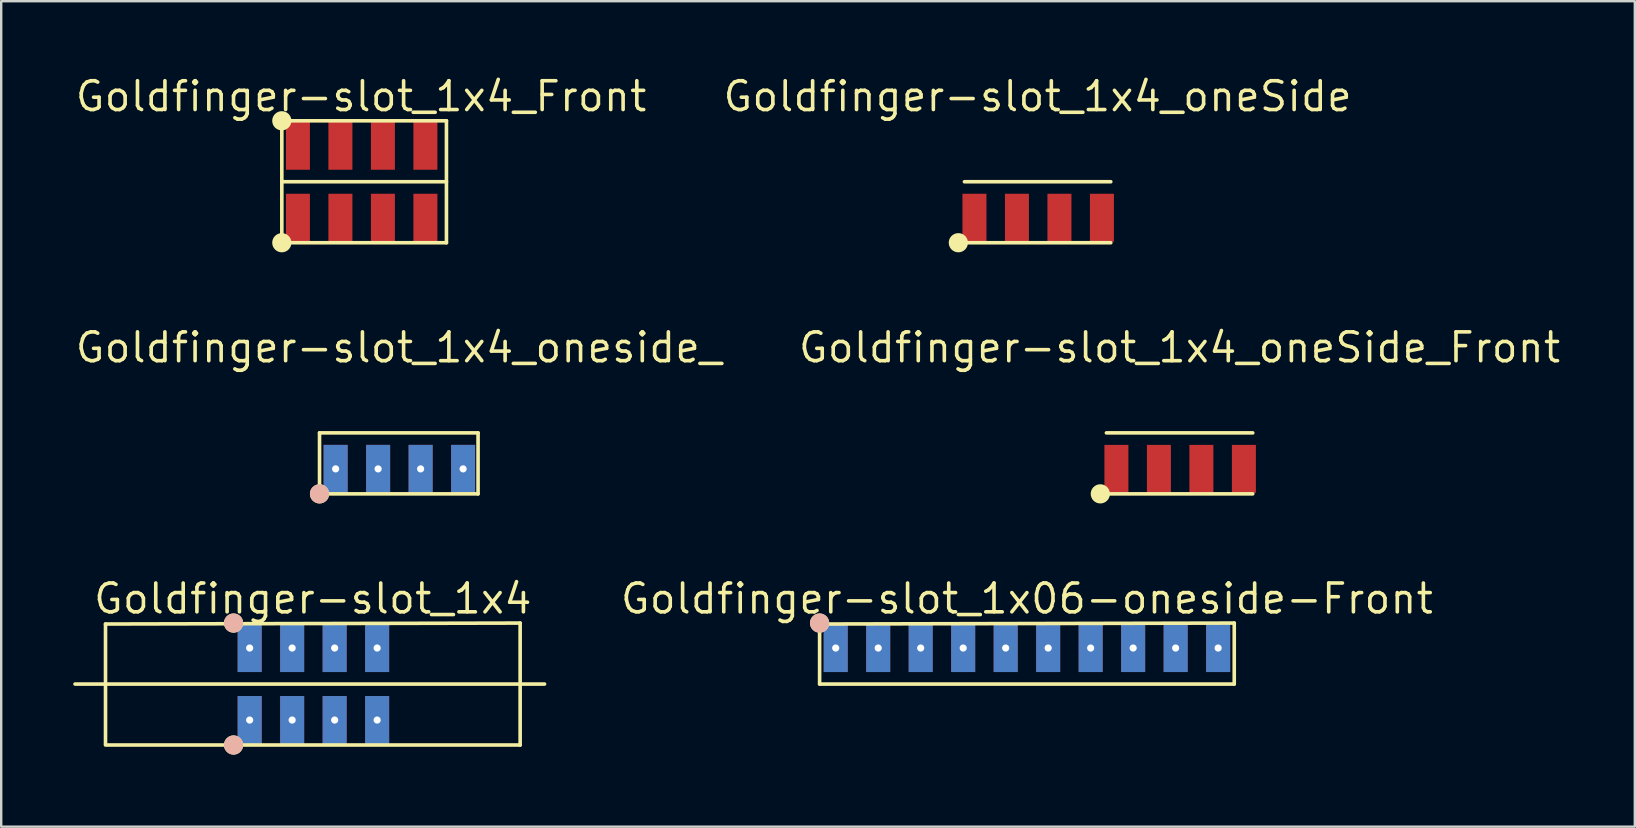
<source format=kicad_pcb>
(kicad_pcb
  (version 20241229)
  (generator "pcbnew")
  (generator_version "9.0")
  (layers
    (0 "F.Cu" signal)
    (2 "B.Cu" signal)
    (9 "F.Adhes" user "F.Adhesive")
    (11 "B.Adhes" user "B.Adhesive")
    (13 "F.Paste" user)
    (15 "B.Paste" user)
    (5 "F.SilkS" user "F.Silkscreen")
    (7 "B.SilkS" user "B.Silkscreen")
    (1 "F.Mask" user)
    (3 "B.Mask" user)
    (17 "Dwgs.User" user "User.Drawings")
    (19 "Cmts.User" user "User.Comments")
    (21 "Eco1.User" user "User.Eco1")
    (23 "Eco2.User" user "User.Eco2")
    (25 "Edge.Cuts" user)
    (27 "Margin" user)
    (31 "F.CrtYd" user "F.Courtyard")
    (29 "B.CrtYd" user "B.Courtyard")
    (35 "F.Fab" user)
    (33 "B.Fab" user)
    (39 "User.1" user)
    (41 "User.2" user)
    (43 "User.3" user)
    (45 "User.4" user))
  (footprint "Goldfinger-slot_1x06-oneside-Front"
    (layer "F.Cu")
    (at 39.727 25.444)
    (property "Reference" "Goldfinger-slot_1x06-oneside-Front" (at 0 -3.556 0) (layer "F.SilkS") (effects (font (size 1.2 1.2) (thickness 0.15))))
    (attr through_hole)
    (fp_line (start -8.636 0) (end -8.636 -2.5) (stroke (width 0.15) (type solid)) (layer "F.SilkS"))
    (fp_line (start 8.636 -2.54) (end -8.636 -2.5) (stroke (width 0.15) (type solid)) (layer "F.SilkS"))
    (fp_line (start 8.636 0) (end -8.636 0) (stroke (width 0.15) (type solid)) (layer "F.SilkS"))
    (fp_line (start 8.636 0) (end 8.636 -2.54) (stroke (width 0.15) (type solid)) (layer "F.SilkS"))
    (pad "" smd circle (at -8.636 -2.54) (size 0.8 0.8) (layers "*.SilkS"))
    (pad "1" thru_hole circle (at -7.965 -1.5) (size 0.6 0.6) (drill 0.3) (layers "*.Cu"))
    (pad "1" connect rect (at -7.965 -1.5) (size 1 2) (layers "F.Cu" "F.Mask"))
    (pad "1" smd rect (at -7.965 -1.5) (size 1 2) (layers "B.Cu" "B.Mask" "B.Paste"))
    (pad "2" thru_hole circle (at -6.195 -1.5) (size 0.6 0.6) (drill 0.3) (layers "*.Cu"))
    (pad "2" connect rect (at -6.195 -1.5) (size 1 2) (layers "F.Cu" "F.Mask"))
    (pad "2" smd rect (at -6.195 -1.5) (size 1 2) (layers "B.Cu" "B.Mask" "B.Paste"))
    (pad "3" thru_hole circle (at -4.425 -1.5) (size 0.6 0.6) (drill 0.3) (layers "*.Cu"))
    (pad "3" connect rect (at -4.425 -1.5) (size 1 2) (layers "F.Cu" "F.Mask"))
    (pad "3" smd rect (at -4.425 -1.5) (size 1 2) (layers "B.Cu" "B.Mask" "B.Paste"))
    (pad "4" thru_hole circle (at -2.655 -1.5) (size 0.6 0.6) (drill 0.3) (layers "*.Cu"))
    (pad "4" connect rect (at -2.655 -1.5) (size 1 2) (layers "F.Cu" "F.Mask"))
    (pad "4" smd rect (at -2.655 -1.5) (size 1 2) (layers "B.Cu" "B.Mask" "B.Paste"))
    (pad "5" thru_hole circle (at -0.885 -1.5) (size 0.6 0.6) (drill 0.3) (layers "*.Cu"))
    (pad "5" connect rect (at -0.885 -1.5) (size 1 2) (layers "F.Cu" "F.Mask"))
    (pad "5" smd rect (at -0.885 -1.5) (size 1 2) (layers "B.Cu" "B.Mask" "B.Paste"))
    (pad "6" thru_hole circle (at 0.885 -1.5) (size 0.6 0.6) (drill 0.3) (layers "*.Cu"))
    (pad "6" connect rect (at 0.885 -1.5) (size 1 2) (layers "F.Cu" "F.Mask"))
    (pad "6" smd rect (at 0.885 -1.5) (size 1 2) (layers "B.Cu" "B.Mask" "B.Paste"))
    (pad "7" thru_hole circle (at 2.655 -1.5) (size 0.6 0.6) (drill 0.3) (layers "*.Cu"))
    (pad "7" connect rect (at 2.655 -1.5) (size 1 2) (layers "F.Cu" "F.Mask"))
    (pad "7" smd rect (at 2.655 -1.5) (size 1 2) (layers "B.Cu" "B.Mask" "B.Paste"))
    (pad "8" thru_hole circle (at 4.425 -1.5) (size 0.6 0.6) (drill 0.3) (layers "*.Cu"))
    (pad "8" connect rect (at 4.425 -1.5) (size 1 2) (layers "F.Cu" "F.Mask"))
    (pad "8" smd rect (at 4.425 -1.5) (size 1 2) (layers "B.Cu" "B.Mask" "B.Paste"))
    (pad "9" thru_hole circle (at 6.195 -1.5) (size 0.6 0.6) (drill 0.3) (layers "*.Cu"))
    (pad "9" connect rect (at 6.195 -1.5) (size 1 2) (layers "F.Cu" "F.Mask"))
    (pad "9" smd rect (at 6.195 -1.5) (size 1 2) (layers "B.Cu" "B.Mask" "B.Paste"))
    (pad "10" thru_hole circle (at 7.965 -1.5) (size 0.6 0.6) (drill 0.3) (layers "*.Cu"))
    (pad "10" connect rect (at 7.965 -1.5) (size 1 2) (layers "F.Cu" "F.Mask"))
    (pad "10" smd rect (at 7.965 -1.5) (size 1 2) (layers "B.Cu" "B.Mask" "B.Paste")))
  (footprint "Goldfinger-slot_1x4_oneSide"
    (layer "F.Cu")
    (at 40.172 4.521)
    (property "Reference" "Goldfinger-slot_1x4_oneSide" (at 0 -3.556 180) (layer "F.SilkS") (effects (font (size 1.2 1.2) (thickness 0.15))))
    (attr through_hole)
    (fp_line (start -3.048 2.54) (end 3.048 2.54) (stroke (width 0.15) (type solid)) (layer "F.SilkS"))
    (fp_line (start 3.048 0) (end -3.048 0) (stroke (width 0.15) (type solid)) (layer "F.SilkS"))
    (pad "" smd circle (at -3.302 2.54) (size 0.8 0.8) (layers "F.SilkS"))
    (pad "1" smd rect (at -2.631 1.5) (size 1 2) (layers "F.Cu" "F.Mask"))
    (pad "2" smd rect (at -0.861 1.5) (size 1 2) (layers "F.Cu" "F.Mask"))
    (pad "3" smd rect (at 0.909 1.5) (size 1 2) (layers "F.Cu" "F.Mask"))
    (pad "4" smd rect (at 2.679 1.5) (size 1 2) (layers "F.Cu" "F.Mask")))
  (footprint "Goldfinger-slot_1x4_oneside_"
    (layer "F.Cu")
    (at 13.562 14.982)
    (property "Reference" "Goldfinger-slot_1x4_oneside_" (at 0 -3.556 0) (layer "F.SilkS") (effects (font (size 1.2 1.2) (thickness 0.15))))
    (attr through_hole)
    (fp_line (start -3.302 2.5) (end -3.302 0) (stroke (width 0.15) (type solid)) (layer "F.SilkS"))
    (fp_line (start -3.302 2.54) (end 3.302 2.54) (stroke (width 0.15) (type solid)) (layer "F.SilkS"))
    (fp_line (start 3.302 0) (end -3.302 0) (stroke (width 0.15) (type solid)) (layer "F.SilkS"))
    (fp_line (start 3.302 2.54) (end 3.302 0) (stroke (width 0.15) (type solid)) (layer "F.SilkS"))
    (pad "" smd circle (at -3.302 2.54) (size 0.8 0.8) (layers "*.SilkS"))
    (pad "1" thru_hole circle (at -2.631 1.5) (size 0.6 0.6) (drill 0.3) (layers "*.Cu"))
    (pad "1" smd rect (at -2.631 1.5) (size 1 2) (layers "F.Cu" "F.Mask"))
    (pad "1" smd rect (at -2.631 1.5) (size 1 2) (layers "B.Cu" "B.Mask"))
    (pad "2" thru_hole circle (at -0.861 1.5) (size 0.6 0.6) (drill 0.3) (layers "*.Cu"))
    (pad "2" smd rect (at -0.861 1.5) (size 1 2) (layers "F.Cu" "F.Mask"))
    (pad "2" smd rect (at -0.861 1.5) (size 1 2) (layers "B.Cu" "B.Mask"))
    (pad "3" thru_hole circle (at 0.909 1.5) (size 0.6 0.6) (drill 0.3) (layers "*.Cu"))
    (pad "3" smd rect (at 0.909 1.5) (size 1 2) (layers "F.Cu" "F.Mask"))
    (pad "3" smd rect (at 0.909 1.5) (size 1 2) (layers "B.Cu" "B.Mask"))
    (pad "4" thru_hole circle (at 2.679 1.5) (size 0.6 0.6) (drill 0.3) (layers "*.Cu"))
    (pad "4" smd rect (at 2.679 1.5) (size 1 2) (layers "F.Cu" "F.Mask"))
    (pad "4" smd rect (at 2.679 1.5) (size 1 2) (layers "B.Cu" "B.Mask")))
  (footprint "Goldfinger-slot_1x4_oneSide_Front"
    (layer "F.Cu")
    (at 46.086 14.982)
    (property "Reference" "Goldfinger-slot_1x4_oneSide_Front" (at 0 -3.556 180) (layer "F.SilkS") (effects (font (size 1.2 1.2) (thickness 0.15))))
    (attr through_hole)
    (fp_line (start -3.048 2.54) (end 3.048 2.54) (stroke (width 0.15) (type solid)) (layer "F.SilkS"))
    (fp_line (start 3.048 0) (end -3.048 0) (stroke (width 0.15) (type solid)) (layer "F.SilkS"))
    (pad "" smd circle (at -3.302 2.54) (size 0.8 0.8) (layers "F.SilkS"))
    (pad "1" smd rect (at -2.631 1.5) (size 1 2) (layers "F.Cu" "F.Mask"))
    (pad "2" smd rect (at -0.861 1.5) (size 1 2) (layers "F.Cu" "F.Mask"))
    (pad "3" smd rect (at 0.909 1.5) (size 1 2) (layers "F.Cu" "F.Mask"))
    (pad "4" smd rect (at 2.679 1.5) (size 1 2) (layers "F.Cu" "F.Mask")))
  (footprint "Goldfinger-slot_1x4"
    (layer "F.Cu")
    (at 9.981 25.444)
    (property "Reference" "Goldfinger-slot_1x4" (at 0 -3.556 180) (layer "F.SilkS") (effects (font (size 1.2 1.2) (thickness 0.15))))
    (attr through_hole)
    (fp_line (start -8.636 2.5) (end -8.636 -2.5) (stroke (width 0.15) (type solid)) (layer "F.SilkS"))
    (fp_line (start -8.636 2.54) (end 8.636 2.54) (stroke (width 0.15) (type solid)) (layer "F.SilkS"))
    (fp_line (start 8.636 -2.54) (end -8.636 -2.5) (stroke (width 0.15) (type solid)) (layer "F.SilkS"))
    (fp_line (start 8.636 2.54) (end 8.636 -2.54) (stroke (width 0.15) (type solid)) (layer "F.SilkS"))
    (fp_line (start 9.652 0) (end -9.906 0) (stroke (width 0.15) (type solid)) (layer "F.SilkS"))
    (pad "" smd circle (at -3.302 -2.54) (size 0.8 0.8) (layers "*.SilkS"))
    (pad "" smd circle (at -3.302 2.54) (size 0.8 0.8) (layers "*.SilkS"))
    (pad "1" thru_hole circle (at -2.631 -1.5) (size 0.6 0.6) (drill 0.3) (layers "*.Cu"))
    (pad "1" connect rect (at -2.631 -1.5) (size 1 2) (layers "F.Cu" "F.Mask"))
    (pad "1" smd rect (at -2.631 -1.5) (size 1 2) (layers "B.Cu" "B.Mask" "B.Paste"))
    (pad "1" thru_hole circle (at -2.631 1.5) (size 0.6 0.6) (drill 0.3) (layers "*.Cu"))
    (pad "1" smd rect (at -2.631 1.5) (size 1 2) (layers "F.Cu" "F.Mask"))
    (pad "1" smd rect (at -2.631 1.5) (size 1 2) (layers "B.Cu" "B.Mask" "B.Paste"))
    (pad "2" thru_hole circle (at -0.861 -1.5) (size 0.6 0.6) (drill 0.3) (layers "*.Cu"))
    (pad "2" connect rect (at -0.861 -1.5) (size 1 2) (layers "F.Cu" "F.Mask"))
    (pad "2" smd rect (at -0.861 -1.5) (size 1 2) (layers "B.Cu" "B.Mask" "B.Paste"))
    (pad "2" thru_hole circle (at -0.861 1.5) (size 0.6 0.6) (drill 0.3) (layers "*.Cu"))
    (pad "2" smd rect (at -0.861 1.5) (size 1 2) (layers "F.Cu" "F.Mask"))
    (pad "2" smd rect (at -0.861 1.5) (size 1 2) (layers "B.Cu" "B.Mask" "B.Paste"))
    (pad "3" thru_hole circle (at 0.909 -1.5) (size 0.6 0.6) (drill 0.3) (layers "*.Cu"))
    (pad "3" connect rect (at 0.909 -1.5) (size 1 2) (layers "F.Cu" "F.Mask"))
    (pad "3" smd rect (at 0.909 -1.5) (size 1 2) (layers "B.Cu" "B.Mask" "B.Paste"))
    (pad "3" thru_hole circle (at 0.909 1.5) (size 0.6 0.6) (drill 0.3) (layers "*.Cu"))
    (pad "3" smd rect (at 0.909 1.5) (size 1 2) (layers "F.Cu" "F.Mask"))
    (pad "3" smd rect (at 0.909 1.5) (size 1 2) (layers "B.Cu" "B.Mask" "B.Paste"))
    (pad "4" thru_hole circle (at 2.679 -1.5) (size 0.6 0.6) (drill 0.3) (layers "*.Cu"))
    (pad "4" connect rect (at 2.679 -1.5) (size 1 2) (layers "F.Cu" "F.Mask"))
    (pad "4" smd rect (at 2.679 -1.5) (size 1 2) (layers "B.Cu" "B.Mask" "B.Paste"))
    (pad "4" thru_hole circle (at 2.679 1.5) (size 0.6 0.6) (drill 0.3) (layers "*.Cu"))
    (pad "4" smd rect (at 2.679 1.5) (size 1 2) (layers "F.Cu" "F.Mask"))
    (pad "4" smd rect (at 2.679 1.5) (size 1 2) (layers "B.Cu" "B.Mask" "B.Paste")))
  (footprint "Goldfinger-slot_1x4_Front"
    (layer "F.Cu")
    (at 11.991 4.521)
    (property "Reference" "Goldfinger-slot_1x4_Front" (at 0 -3.556 180) (layer "F.SilkS") (effects (font (size 1.2 1.2) (thickness 0.15))))
    (attr through_hole)
    (fp_line (start -3.302 2.46) (end -3.302 -2.54) (stroke (width 0.15) (type solid)) (layer "F.SilkS"))
    (fp_line (start -3.302 2.54) (end 3.556 2.54) (stroke (width 0.15) (type solid)) (layer "F.SilkS"))
    (fp_line (start 3.556 -2.54) (end -3.302 -2.54) (stroke (width 0.15) (type solid)) (layer "F.SilkS"))
    (fp_line (start 3.556 0) (end -3.302 0) (stroke (width 0.15) (type solid)) (layer "F.SilkS"))
    (fp_line (start 3.556 2.54) (end 3.556 -2.54) (stroke (width 0.15) (type solid)) (layer "F.SilkS"))
    (pad "" smd circle (at -3.302 -2.54) (size 0.8 0.8) (layers "F.SilkS"))
    (pad "" smd circle (at -3.302 2.54) (size 0.8 0.8) (layers "F.SilkS"))
    (pad "1" connect rect (at -2.631 -1.5) (size 1 2) (layers "F.Cu" "F.Mask"))
    (pad "1" smd rect (at -2.631 1.5) (size 1 2) (layers "F.Cu" "F.Mask"))
    (pad "2" connect rect (at -0.861 -1.5) (size 1 2) (layers "F.Cu" "F.Mask"))
    (pad "2" smd rect (at -0.861 1.5) (size 1 2) (layers "F.Cu" "F.Mask"))
    (pad "3" connect rect (at 0.909 -1.5) (size 1 2) (layers "F.Cu" "F.Mask"))
    (pad "3" smd rect (at 0.909 1.5) (size 1 2) (layers "F.Cu" "F.Mask"))
    (pad "4" connect rect (at 2.679 -1.5) (size 1 2) (layers "F.Cu" "F.Mask"))
    (pad "4" smd rect (at 2.679 1.5) (size 1 2) (layers "F.Cu" "F.Mask")))
  (gr_rect
    (start -3 -3)
    (end 65.049 31.384)
    (stroke (width 0.1) (type default))
    (fill no)
    (layer "Edge.Cuts")))
</source>
